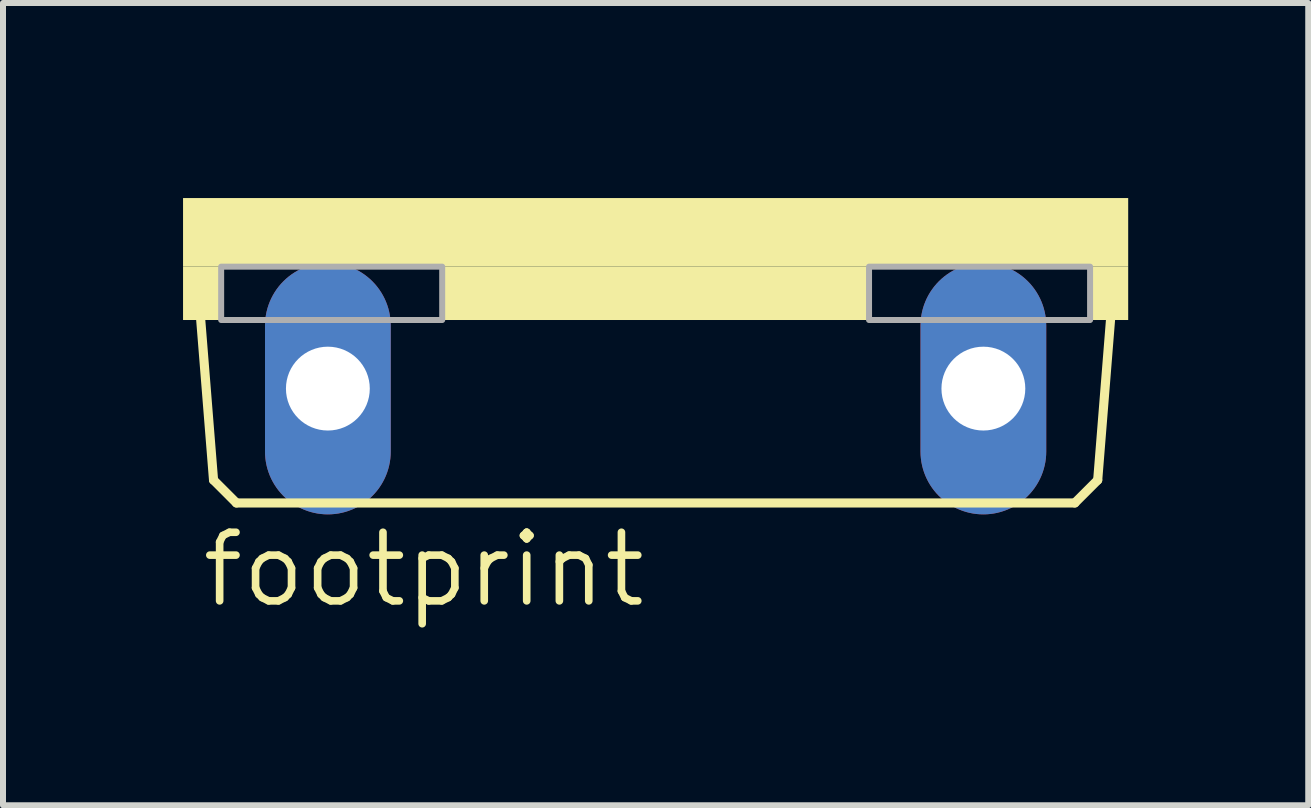
<source format=kicad_pcb>
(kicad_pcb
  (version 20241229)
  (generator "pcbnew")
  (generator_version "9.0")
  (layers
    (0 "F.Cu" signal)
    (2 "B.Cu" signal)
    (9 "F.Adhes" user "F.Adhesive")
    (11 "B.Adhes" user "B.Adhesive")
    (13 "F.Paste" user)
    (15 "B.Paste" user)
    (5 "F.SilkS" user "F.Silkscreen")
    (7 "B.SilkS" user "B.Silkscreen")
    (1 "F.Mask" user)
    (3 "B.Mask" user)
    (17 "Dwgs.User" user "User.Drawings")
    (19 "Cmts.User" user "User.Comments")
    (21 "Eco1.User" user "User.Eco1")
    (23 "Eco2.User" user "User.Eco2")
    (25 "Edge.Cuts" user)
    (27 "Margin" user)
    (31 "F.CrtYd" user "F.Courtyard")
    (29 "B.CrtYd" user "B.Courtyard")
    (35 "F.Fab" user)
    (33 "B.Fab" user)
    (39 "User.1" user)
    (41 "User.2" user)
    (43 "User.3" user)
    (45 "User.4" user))
  (footprint "footprint"
    (layer "F.Cu")
    (at 7.874 0.25)
    (property "Reference" "footprint" (at -7.62 6.858 0) (layer "F.SilkS") (effects (font (size 1.143 1.143) (thickness 0.127)) (justify left bottom)))
    (fp_line (start -7.366 4.699) (end -7.62 1.524) (stroke (width 0.152) (type solid)) (layer "F.SilkS"))
    (fp_line (start -6.985 5.08) (end -7.366 4.699) (stroke (width 0.152) (type solid)) (layer "F.SilkS"))
    (fp_line (start -6.985 5.08) (end 6.985 5.08) (stroke (width 0.152) (type solid)) (layer "F.SilkS"))
    (fp_line (start 6.985 5.08) (end 7.366 4.699) (stroke (width 0.152) (type solid)) (layer "F.SilkS"))
    (fp_line (start 7.366 4.699) (end 7.62 1.524) (stroke (width 0.152) (type solid)) (layer "F.SilkS"))
    (fp_poly (pts (xy -7.874 1.143) (xy 7.874 1.143) (xy 7.874 0) (xy -7.874 0)) (stroke (width 0) (type solid)) (fill yes) (layer "F.SilkS"))
    (fp_poly (pts (xy -7.874 2.032) (xy -7.239 2.032) (xy -7.239 1.143) (xy -7.874 1.143)) (stroke (width 0) (type solid)) (fill yes) (layer "F.SilkS"))
    (fp_poly (pts (xy -3.556 2.032) (xy 3.556 2.032) (xy 3.556 1.143) (xy -3.556 1.143)) (stroke (width 0) (type solid)) (fill yes) (layer "F.SilkS"))
    (fp_poly (pts (xy 7.239 2.032) (xy 7.874 2.032) (xy 7.874 1.143) (xy 7.239 1.143)) (stroke (width 0) (type solid)) (fill yes) (layer "F.SilkS"))
    (fp_poly (pts (xy -7.239 2.032) (xy -3.556 2.032) (xy -3.556 1.143) (xy -7.239 1.143)) (stroke (width 0.1) (type solid)) (fill no) (layer "F.Fab"))
    (fp_poly (pts (xy 3.556 2.032) (xy 7.239 2.032) (xy 7.239 1.143) (xy 3.556 1.143)) (stroke (width 0.1) (type solid)) (fill no) (layer "F.Fab"))
    (pad "A" thru_hole oval (at 5.461 3.175 90) (size 4.191 2.095) (drill 1.397) (layers "*.Cu" "*.Mask"))
    (pad "C" thru_hole oval (at -5.461 3.175 90) (size 4.191 2.095) (drill 1.397) (layers "*.Cu" "*.Mask")))
  (gr_rect
    (start -3 -3)
    (end 18.748 10.367)
    (stroke (width 0.1) (type default))
    (fill no)
    (layer "Edge.Cuts")))
</source>
